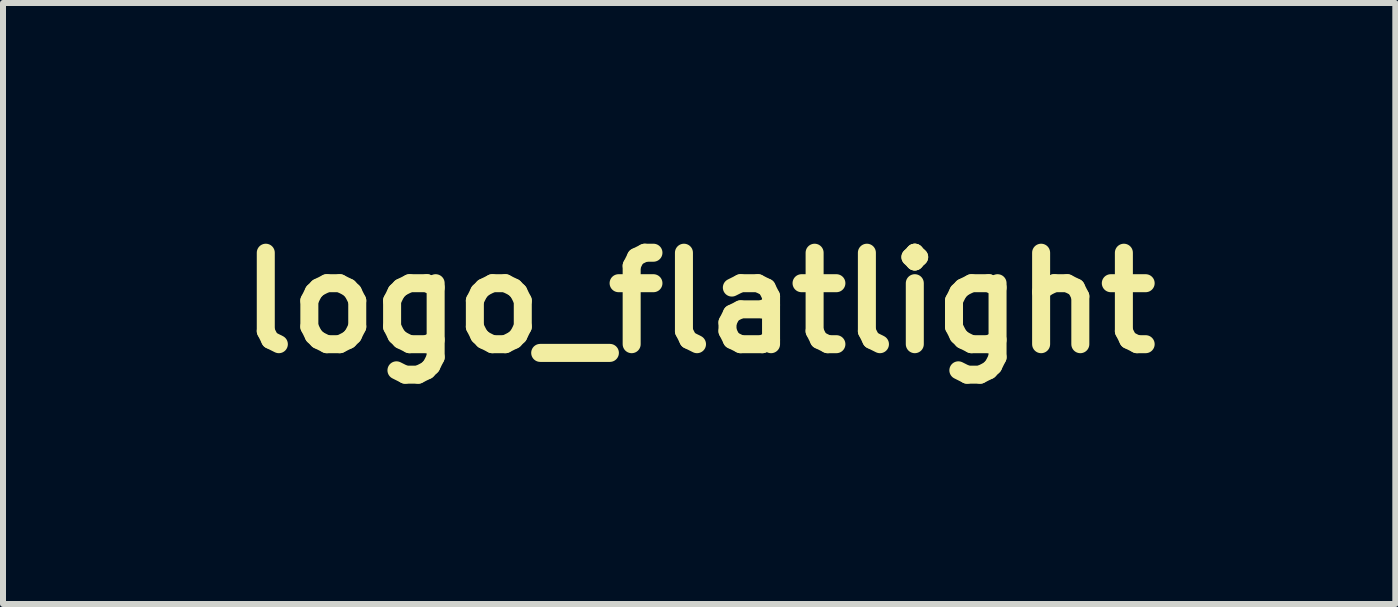
<source format=kicad_pcb>
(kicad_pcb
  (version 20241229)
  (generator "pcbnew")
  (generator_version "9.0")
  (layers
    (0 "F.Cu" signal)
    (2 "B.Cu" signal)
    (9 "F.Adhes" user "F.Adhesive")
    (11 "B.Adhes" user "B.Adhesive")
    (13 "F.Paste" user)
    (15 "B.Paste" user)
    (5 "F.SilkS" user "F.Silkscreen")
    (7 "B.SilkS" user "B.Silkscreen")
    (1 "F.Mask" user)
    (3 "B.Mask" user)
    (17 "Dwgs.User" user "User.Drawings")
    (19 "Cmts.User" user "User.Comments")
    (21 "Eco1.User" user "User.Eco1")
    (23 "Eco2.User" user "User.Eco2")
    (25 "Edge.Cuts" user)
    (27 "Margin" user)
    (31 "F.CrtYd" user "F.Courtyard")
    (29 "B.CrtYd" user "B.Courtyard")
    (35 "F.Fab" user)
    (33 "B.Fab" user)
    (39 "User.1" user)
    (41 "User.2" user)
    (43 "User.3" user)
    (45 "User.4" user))
  (footprint "logo_flatlight"
    (layer "F.Cu")
    (at 8.599 1.995)
    (property "Reference" "logo_flatlight" (at 0 0 0) (layer "F.SilkS") (effects (font (size 1.524 1.524) (thickness 0.3))))
    (attr through_hole)
    (fp_poly (pts (xy 1.058 -1.355) (xy 0.614 -1.355) (xy 0.614 -1.863) (xy 1.058 -1.863) (xy 1.058 -1.355)) (stroke (width 0.01) (type solid)) (fill yes) (layer "F.Mask"))
    (fp_poly (pts (xy 1.058 1.143) (xy 0.614 1.143) (xy 0.614 -1.037) (xy 1.058 -1.037) (xy 1.058 1.143)) (stroke (width 0.01) (type solid)) (fill yes) (layer "F.Mask"))
    (fp_poly (pts (xy -5.419 1.143) (xy -5.627 1.143) (xy -5.717 1.142) (xy -5.79 1.138) (xy -5.837 1.133) (xy -5.849 1.129) (xy -5.851 1.106) (xy -5.854 1.044) (xy -5.856 0.946) (xy -5.857 0.817) (xy -5.859 0.658) (xy -5.86 0.473) (xy -5.862 0.267) (xy -5.862 0.041) (xy -5.863 -0.2) (xy -5.863 -0.437) (xy -5.863 -1.99) (xy -5.419 -1.99) (xy -5.419 1.143)) (stroke (width 0.01) (type solid)) (fill yes) (layer "F.Mask"))
    (fp_poly (pts (xy -0.021 1.143) (xy -0.229 1.143) (xy -0.319 1.142) (xy -0.393 1.138) (xy -0.44 1.133) (xy -0.452 1.129) (xy -0.454 1.106) (xy -0.456 1.044) (xy -0.458 0.946) (xy -0.46 0.817) (xy -0.462 0.658) (xy -0.463 0.473) (xy -0.464 0.267) (xy -0.465 0.041) (xy -0.466 -0.2) (xy -0.466 -0.437) (xy -0.466 -1.99) (xy -0.021 -1.99) (xy -0.021 1.143)) (stroke (width 0.01) (type solid)) (fill yes) (layer "F.Mask"))
    (fp_poly (pts (xy -1.482 -1.037) (xy -0.866 -1.037) (xy -0.878 -0.624) (xy -1.18 -0.619) (xy -1.482 -0.613) (xy -1.48 -0.047) (xy -1.479 0.164) (xy -1.476 0.333) (xy -1.47 0.461) (xy -1.463 0.548) (xy -1.454 0.592) (xy -1.426 0.647) (xy -1.382 0.686) (xy -1.314 0.712) (xy -1.217 0.729) (xy -1.095 0.737) (xy -0.889 0.746) (xy -0.889 1.143) (xy -1.159 1.141) (xy -1.27 1.139) (xy -1.373 1.134) (xy -1.457 1.127) (xy -1.511 1.119) (xy -1.511 1.119) (xy -1.648 1.069) (xy -1.757 0.988) (xy -1.842 0.873) (xy -1.884 0.783) (xy -1.893 0.748) (xy -1.901 0.691) (xy -1.907 0.608) (xy -1.912 0.496) (xy -1.916 0.351) (xy -1.92 0.169) (xy -1.921 0.048) (xy -1.929 -0.614) (xy -2.223 -0.614) (xy -2.223 -1.037) (xy -1.926 -1.037) (xy -1.926 -1.566) (xy -1.482 -1.566) (xy -1.482 -1.037)) (stroke (width 0.01) (type solid)) (fill yes) (layer "F.Mask"))
    (fp_poly (pts (xy 7.996 -1.296) (xy 8.002 -1.037) (xy 8.298 -1.037) (xy 8.594 -1.037) (xy 8.594 -0.614) (xy 8.001 -0.614) (xy 8.001 -0.033) (xy 8.002 0.122) (xy 8.004 0.266) (xy 8.007 0.391) (xy 8.011 0.493) (xy 8.016 0.565) (xy 8.021 0.6) (xy 8.021 0.601) (xy 8.051 0.654) (xy 8.098 0.691) (xy 8.168 0.716) (xy 8.269 0.731) (xy 8.375 0.738) (xy 8.594 0.746) (xy 8.594 1.143) (xy 8.324 1.141) (xy 8.212 1.138) (xy 8.107 1.134) (xy 8.021 1.128) (xy 7.966 1.121) (xy 7.83 1.076) (xy 7.722 0.999) (xy 7.639 0.889) (xy 7.588 0.765) (xy 7.577 0.723) (xy 7.568 0.671) (xy 7.56 0.605) (xy 7.554 0.52) (xy 7.55 0.41) (xy 7.546 0.27) (xy 7.542 0.095) (xy 7.541 0.017) (xy 7.531 -0.612) (xy 7.39 -0.618) (xy 7.25 -0.624) (xy 7.244 -0.831) (xy 7.237 -1.037) (xy 7.534 -1.037) (xy 7.546 -1.556) (xy 7.99 -1.556) (xy 7.996 -1.296)) (stroke (width 0.01) (type solid)) (fill yes) (layer "F.Mask"))
    (fp_poly (pts (xy -6.392 -1.167) (xy -7.064 -1.159) (xy -7.263 -1.157) (xy -7.424 -1.154) (xy -7.553 -1.15) (xy -7.654 -1.144) (xy -7.733 -1.135) (xy -7.794 -1.124) (xy -7.843 -1.109) (xy -7.884 -1.09) (xy -7.923 -1.066) (xy -7.953 -1.044) (xy -8.011 -0.992) (xy -8.052 -0.933) (xy -8.079 -0.856) (xy -8.095 -0.753) (xy -8.103 -0.64) (xy -8.112 -0.423) (xy -6.413 -0.423) (xy -6.413 0.042) (xy -8.107 0.042) (xy -8.107 1.143) (xy -8.594 1.143) (xy -8.593 0.143) (xy -8.593 -0.111) (xy -8.592 -0.327) (xy -8.59 -0.508) (xy -8.587 -0.658) (xy -8.582 -0.782) (xy -8.575 -0.883) (xy -8.565 -0.965) (xy -8.553 -1.032) (xy -8.538 -1.088) (xy -8.52 -1.137) (xy -8.498 -1.183) (xy -8.475 -1.222) (xy -8.38 -1.349) (xy -8.257 -1.46) (xy -8.142 -1.532) (xy -8.077 -1.563) (xy -8.011 -1.587) (xy -7.94 -1.607) (xy -7.858 -1.623) (xy -7.76 -1.634) (xy -7.64 -1.642) (xy -7.495 -1.647) (xy -7.319 -1.65) (xy -7.106 -1.651) (xy -7.064 -1.651) (xy -6.392 -1.651) (xy -6.392 -1.167)) (stroke (width 0.01) (type solid)) (fill yes) (layer "F.Mask"))
    (fp_poly (pts (xy 4.995 -1.041) (xy 5.562 -1.033) (xy 5.732 -1.03) (xy 5.866 -1.027) (xy 5.97 -1.024) (xy 6.049 -1.02) (xy 6.11 -1.014) (xy 6.158 -1.006) (xy 6.201 -0.995) (xy 6.242 -0.981) (xy 6.271 -0.97) (xy 6.44 -0.892) (xy 6.573 -0.798) (xy 6.679 -0.681) (xy 6.761 -0.54) (xy 6.787 -0.481) (xy 6.808 -0.42) (xy 6.824 -0.352) (xy 6.836 -0.271) (xy 6.845 -0.172) (xy 6.852 -0.051) (xy 6.856 0.098) (xy 6.858 0.279) (xy 6.858 0.48) (xy 6.858 1.143) (xy 6.417 1.143) (xy 6.41 0.45) (xy 6.408 0.26) (xy 6.406 0.107) (xy 6.403 -0.013) (xy 6.4 -0.105) (xy 6.396 -0.175) (xy 6.391 -0.226) (xy 6.384 -0.263) (xy 6.375 -0.292) (xy 6.363 -0.317) (xy 6.357 -0.328) (xy 6.269 -0.451) (xy 6.154 -0.541) (xy 6.107 -0.565) (xy 6.074 -0.577) (xy 6.033 -0.587) (xy 5.979 -0.594) (xy 5.905 -0.6) (xy 5.806 -0.604) (xy 5.677 -0.607) (xy 5.511 -0.61) (xy 5.509 -0.61) (xy 4.996 -0.617) (xy 4.985 1.132) (xy 4.551 1.144) (xy 4.551 -1.99) (xy 4.995 -1.99) (xy 4.995 -1.041)) (stroke (width 0.01) (type solid)) (fill yes) (layer "F.Mask"))
    (fp_poly (pts (xy -3.9 -1.033) (xy -3.695 -1.031) (xy -3.527 -1.03) (xy -3.393 -1.028) (xy -3.288 -1.025) (xy -3.208 -1.022) (xy -3.147 -1.017) (xy -3.102 -1.012) (xy -3.068 -1.004) (xy -3.04 -0.995) (xy -3.015 -0.984) (xy -3.005 -0.979) (xy -2.867 -0.894) (xy -2.764 -0.793) (xy -2.695 -0.682) (xy -2.635 -0.561) (xy -2.635 0.18) (xy -2.635 0.39) (xy -2.636 0.562) (xy -2.639 0.7) (xy -2.643 0.809) (xy -2.651 0.892) (xy -2.661 0.954) (xy -2.677 0.999) (xy -2.697 1.032) (xy -2.723 1.056) (xy -2.755 1.076) (xy -2.788 1.093) (xy -2.813 1.104) (xy -2.843 1.112) (xy -2.882 1.119) (xy -2.934 1.125) (xy -3.006 1.129) (xy -3.101 1.131) (xy -3.225 1.133) (xy -3.382 1.135) (xy -3.556 1.136) (xy -3.727 1.136) (xy -3.888 1.135) (xy -4.034 1.134) (xy -4.158 1.131) (xy -4.255 1.127) (xy -4.318 1.123) (xy -4.336 1.121) (xy -4.491 1.071) (xy -4.621 0.99) (xy -4.72 0.882) (xy -4.788 0.749) (xy -4.791 0.738) (xy -4.814 0.629) (xy -4.825 0.498) (xy -4.824 0.468) (xy -4.397 0.468) (xy -4.376 0.553) (xy -4.355 0.598) (xy -4.33 0.633) (xy -4.298 0.661) (xy -4.252 0.682) (xy -4.189 0.696) (xy -4.104 0.706) (xy -3.992 0.711) (xy -3.848 0.713) (xy -3.669 0.713) (xy -3.605 0.712) (xy -3.436 0.711) (xy -3.305 0.708) (xy -3.209 0.704) (xy -3.143 0.698) (xy -3.103 0.69) (xy -3.086 0.682) (xy -3.072 0.649) (xy -3.063 0.582) (xy -3.059 0.478) (xy -3.059 0.428) (xy -3.059 0.201) (xy -3.567 0.195) (xy -3.715 0.194) (xy -3.853 0.193) (xy -3.976 0.194) (xy -4.074 0.196) (xy -4.142 0.199) (xy -4.164 0.201) (xy -4.265 0.234) (xy -4.341 0.294) (xy -4.386 0.374) (xy -4.397 0.468) (xy -4.824 0.468) (xy -4.821 0.365) (xy -4.804 0.247) (xy -4.802 0.242) (xy -4.757 0.139) (xy -4.68 0.04) (xy -4.581 -0.044) (xy -4.504 -0.087) (xy -4.471 -0.101) (xy -4.439 -0.112) (xy -4.403 -0.121) (xy -4.357 -0.128) (xy -4.296 -0.134) (xy -4.215 -0.138) (xy -4.109 -0.141) (xy -3.974 -0.144) (xy -3.803 -0.147) (xy -3.725 -0.148) (xy -3.059 -0.159) (xy -3.064 -0.293) (xy -3.074 -0.387) (xy -3.094 -0.464) (xy -3.105 -0.488) (xy -3.126 -0.52) (xy -3.148 -0.546) (xy -3.177 -0.567) (xy -3.216 -0.583) (xy -3.271 -0.595) (xy -3.345 -0.603) (xy -3.442 -0.609) (xy -3.568 -0.612) (xy -3.726 -0.613) (xy -3.92 -0.614) (xy -3.988 -0.614) (xy -4.699 -0.614) (xy -4.699 -1.04) (xy -3.9 -1.033)) (stroke (width 0.01) (type solid)) (fill yes) (layer "F.Mask"))
    (fp_poly (pts (xy 2.873 -1.033) (xy 2.882 -1.033) (xy 3.045 -1.031) (xy 3.172 -1.028) (xy 3.268 -1.025) (xy 3.34 -1.02) (xy 3.394 -1.013) (xy 3.435 -1.004) (xy 3.47 -0.992) (xy 3.495 -0.981) (xy 3.636 -0.893) (xy 3.752 -0.773) (xy 3.84 -0.623) (xy 3.899 -0.447) (xy 3.914 -0.366) (xy 3.92 -0.302) (xy 3.925 -0.202) (xy 3.93 -0.073) (xy 3.933 0.079) (xy 3.935 0.247) (xy 3.936 0.425) (xy 3.936 0.606) (xy 3.936 0.785) (xy 3.934 0.954) (xy 3.931 1.107) (xy 3.927 1.239) (xy 3.922 1.341) (xy 3.916 1.409) (xy 3.915 1.417) (xy 3.875 1.583) (xy 3.814 1.717) (xy 3.728 1.824) (xy 3.709 1.842) (xy 3.665 1.88) (xy 3.624 1.91) (xy 3.58 1.935) (xy 3.529 1.955) (xy 3.467 1.971) (xy 3.39 1.982) (xy 3.292 1.991) (xy 3.17 1.996) (xy 3.019 2.001) (xy 2.835 2.003) (xy 2.614 2.006) (xy 2.598 2.006) (xy 1.799 2.013) (xy 1.799 1.59) (xy 2.524 1.583) (xy 2.72 1.582) (xy 2.877 1.58) (xy 3.002 1.577) (xy 3.098 1.574) (xy 3.17 1.57) (xy 3.223 1.565) (xy 3.261 1.559) (xy 3.289 1.55) (xy 3.311 1.54) (xy 3.321 1.535) (xy 3.395 1.471) (xy 3.447 1.377) (xy 3.478 1.25) (xy 3.484 1.203) (xy 3.498 1.062) (xy 2.908 1.053) (xy 2.711 1.049) (xy 2.551 1.044) (xy 2.423 1.038) (xy 2.319 1.028) (xy 2.236 1.016) (xy 2.167 0.999) (xy 2.107 0.977) (xy 2.049 0.949) (xy 2.005 0.925) (xy 1.861 0.816) (xy 1.745 0.679) (xy 1.659 0.511) (xy 1.618 0.387) (xy 1.6 0.289) (xy 1.589 0.164) (xy 1.584 0.023) (xy 1.586 -0.065) (xy 2.034 -0.065) (xy 2.036 0.072) (xy 2.041 0.181) (xy 2.049 0.259) (xy 2.061 0.318) (xy 2.08 0.369) (xy 2.104 0.415) (xy 2.181 0.518) (xy 2.284 0.59) (xy 2.416 0.634) (xy 2.418 0.634) (xy 2.465 0.639) (xy 2.547 0.643) (xy 2.657 0.646) (xy 2.786 0.648) (xy 2.928 0.649) (xy 2.995 0.649) (xy 3.482 0.646) (xy 3.482 0.169) (xy 3.482 0.014) (xy 3.481 -0.104) (xy 3.479 -0.192) (xy 3.475 -0.258) (xy 3.469 -0.306) (xy 3.459 -0.343) (xy 3.447 -0.375) (xy 3.43 -0.41) (xy 3.429 -0.411) (xy 3.393 -0.473) (xy 3.354 -0.521) (xy 3.305 -0.555) (xy 3.24 -0.579) (xy 3.153 -0.595) (xy 3.038 -0.604) (xy 2.888 -0.609) (xy 2.847 -0.61) (xy 2.674 -0.612) (xy 2.537 -0.609) (xy 2.43 -0.6) (xy 2.346 -0.584) (xy 2.279 -0.56) (xy 2.224 -0.526) (xy 2.181 -0.49) (xy 2.117 -0.414) (xy 2.073 -0.322) (xy 2.045 -0.208) (xy 2.034 -0.065) (xy 1.586 -0.065) (xy 1.587 -0.121) (xy 1.596 -0.253) (xy 1.611 -0.36) (xy 1.618 -0.387) (xy 1.687 -0.573) (xy 1.787 -0.73) (xy 1.915 -0.858) (xy 2.069 -0.953) (xy 2.248 -1.014) (xy 2.262 -1.017) (xy 2.32 -1.025) (xy 2.415 -1.03) (xy 2.543 -1.033) (xy 2.697 -1.034) (xy 2.873 -1.033)) (stroke (width 0.01) (type solid)) (fill yes) (layer "F.Mask")))
  (gr_rect
    (start -3 -3)
    (end 20.197 7.013)
    (stroke (width 0.1) (type default))
    (fill no)
    (layer "Edge.Cuts")))
</source>
